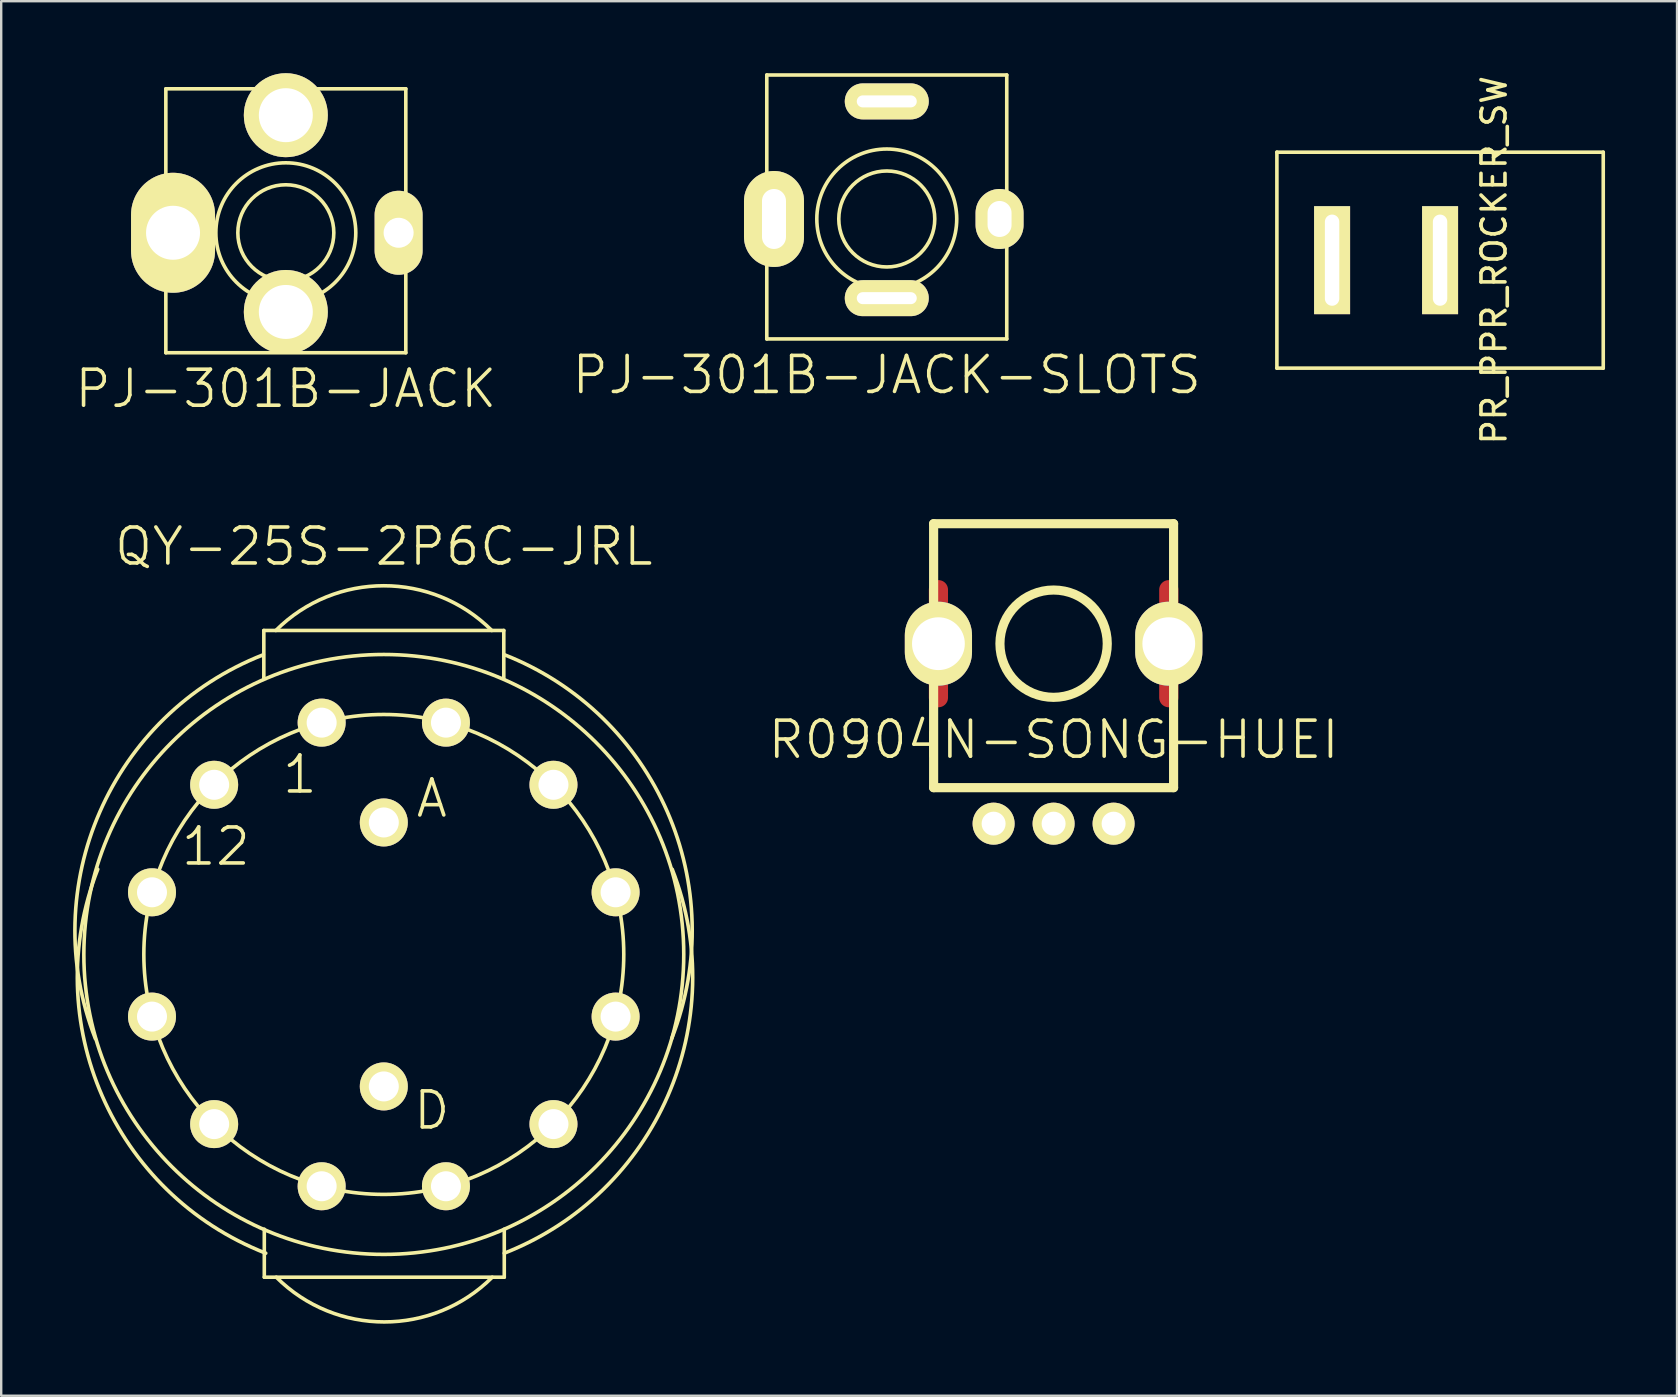
<source format=kicad_pcb>
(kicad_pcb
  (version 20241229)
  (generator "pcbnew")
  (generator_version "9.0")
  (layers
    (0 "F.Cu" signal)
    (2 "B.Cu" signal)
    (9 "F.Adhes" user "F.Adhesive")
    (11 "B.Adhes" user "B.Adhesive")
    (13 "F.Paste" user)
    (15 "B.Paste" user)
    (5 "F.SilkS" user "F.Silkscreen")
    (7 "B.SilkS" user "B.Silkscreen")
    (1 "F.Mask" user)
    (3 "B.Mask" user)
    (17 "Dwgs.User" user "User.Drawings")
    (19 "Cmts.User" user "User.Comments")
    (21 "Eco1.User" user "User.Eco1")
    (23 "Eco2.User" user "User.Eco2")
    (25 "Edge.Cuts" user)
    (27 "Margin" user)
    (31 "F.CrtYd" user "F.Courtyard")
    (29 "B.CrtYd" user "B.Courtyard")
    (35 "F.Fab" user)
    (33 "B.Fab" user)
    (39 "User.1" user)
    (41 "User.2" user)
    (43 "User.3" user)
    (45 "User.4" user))
  (footprint "PR_PPR_ROCKER_SW"
    (layer "F.Cu")
    (at 56.961 7.792)
    (property "Reference" "PR_PPR_ROCKER_SW" (at 2.25 0 90) (layer "F.SilkS") (effects (font (size 1 1) (thickness 0.15))))
    (attr through_hole)
    (fp_line (start -6.8 -4.5) (end -6.8 4.5) (stroke (width 0.15) (type solid)) (layer "F.SilkS"))
    (fp_line (start -6.8 -4.5) (end 6.8 -4.5) (stroke (width 0.15) (type solid)) (layer "F.SilkS"))
    (fp_line (start -6.8 4.5) (end 6.8 4.5) (stroke (width 0.15) (type solid)) (layer "F.SilkS"))
    (fp_line (start 6.8 -4.5) (end 6.8 4.5) (stroke (width 0.15) (type solid)) (layer "F.SilkS"))
    (pad "1" thru_hole rect (at -4.5 0) (size 1.5 4.5) (drill oval 0.6 3.8) (layers "*.Cu" "*.Mask" "F.SilkS"))
    (pad "2" thru_hole rect (at 0 0) (size 1.5 4.5) (drill oval 0.6 3.8) (layers "*.Cu" "*.Mask" "F.SilkS")))
  (footprint "PJ-301B-JACK"
    (layer "F.Cu")
    (at 8.861 6.65)
    (property "Reference" "PJ-301B-JACK" (at 0 6.5 0) (layer "F.SilkS") (effects (font (size 1.5 1.5) (thickness 0.15))))
    (attr through_hole)
    (fp_line (start -5 -6) (end 5 -6) (stroke (width 0.15) (type solid)) (layer "F.SilkS"))
    (fp_line (start -5 5) (end -5 -6) (stroke (width 0.15) (type solid)) (layer "F.SilkS"))
    (fp_line (start 5 -6) (end 5 5) (stroke (width 0.15) (type solid)) (layer "F.SilkS"))
    (fp_line (start 5 5) (end -5 5) (stroke (width 0.15) (type solid)) (layer "F.SilkS"))
    (fp_circle (center 0 0) (end 2 0) (stroke (width 0.15) (type solid)) (fill no) (layer "F.SilkS"))
    (fp_circle (center 0 0) (end 2.5 1.5) (stroke (width 0.15) (type solid)) (fill no) (layer "F.SilkS"))
    (pad "1" thru_hole oval (at -4.7 0) (size 3.5 5) (drill 2.25) (layers "*.Cu" "*.Mask" "F.SilkS"))
    (pad "1" thru_hole oval (at 4.7 0) (size 2 3.5) (drill 1.25) (layers "*.Cu" "*.Mask" "F.SilkS"))
    (pad "2" thru_hole oval (at 0 3.3) (size 3.5 3.5) (drill 2.25) (layers "*.Cu" "*.Mask" "F.SilkS"))
    (pad "3" thru_hole oval (at 0 -4.9) (size 3.5 3.5) (drill 2.25) (layers "*.Cu" "*.Mask" "F.SilkS")))
  (footprint "PJ-301B-JACK-SLOTS"
    (layer "F.Cu")
    (at 33.904 6.075)
    (property "Reference" "PJ-301B-JACK-SLOTS" (at 0 6.5 0) (layer "F.SilkS") (effects (font (size 1.5 1.5) (thickness 0.15))))
    (attr through_hole)
    (fp_line (start -5 -6) (end 5 -6) (stroke (width 0.15) (type solid)) (layer "F.SilkS"))
    (fp_line (start -5 5) (end -5 -6) (stroke (width 0.15) (type solid)) (layer "F.SilkS"))
    (fp_line (start 5 -6) (end 5 5) (stroke (width 0.15) (type solid)) (layer "F.SilkS"))
    (fp_line (start 5 5) (end -5 5) (stroke (width 0.15) (type solid)) (layer "F.SilkS"))
    (fp_circle (center 0 0) (end 2 0) (stroke (width 0.15) (type solid)) (fill no) (layer "F.SilkS"))
    (fp_circle (center 0 0) (end 2.5 1.5) (stroke (width 0.15) (type solid)) (fill no) (layer "F.SilkS"))
    (pad "1" thru_hole oval (at -4.7 0) (size 2.5 4) (drill oval 1 2.5) (layers "*.Cu" "*.Mask" "F.SilkS"))
    (pad "1" thru_hole oval (at 4.7 0) (size 2 2.5) (drill oval 1 1.5) (layers "*.Cu" "*.Mask" "F.SilkS"))
    (pad "2" thru_hole oval (at 0 3.3) (size 3.5 1.5) (drill oval 2.5 0.5) (layers "*.Cu" "*.Mask" "F.SilkS"))
    (pad "3" thru_hole oval (at 0 -4.9) (size 3.5 1.5) (drill oval 2.5 0.5) (layers "*.Cu" "*.Mask" "F.SilkS")))
  (footprint "R0904N-SONG-HUEI"
    (layer "F.Cu")
    (at 40.856 23.774)
    (property "Reference" "R0904N-SONG-HUEI" (at 0 4 0) (layer "F.SilkS") (effects (font (size 1.5 1.5) (thickness 0.15))))
    (attr through_hole)
    (fp_line (start -5 -5) (end 5 -5) (stroke (width 0.381) (type solid)) (layer "F.SilkS"))
    (fp_line (start -5 0) (end -5 -5) (stroke (width 0.381) (type solid)) (layer "F.SilkS"))
    (fp_line (start -5 6) (end -5 0) (stroke (width 0.381) (type solid)) (layer "F.SilkS"))
    (fp_line (start 5 -5) (end 5 6) (stroke (width 0.381) (type solid)) (layer "F.SilkS"))
    (fp_line (start 5 6) (end -5 6) (stroke (width 0.381) (type solid)) (layer "F.SilkS"))
    (fp_circle (center 0 0) (end 1 2) (stroke (width 0.381) (type solid)) (fill no) (layer "F.SilkS"))
    (pad "" smd oval (at -4.8 -1.9) (size 0.8 1.5) (layers "F.Cu" "F.Mask"))
    (pad "" thru_hole oval (at -4.8 0) (size 2.8 3.5) (drill 2.2) (layers "*.Cu" "*.Mask" "F.SilkS"))
    (pad "" smd oval (at -4.8 1.9) (size 0.8 1.5) (layers "F.Cu" "F.Mask"))
    (pad "" smd oval (at 4.8 -1.9) (size 0.8 1.5) (layers "F.Cu" "F.Mask"))
    (pad "" thru_hole oval (at 4.8 0) (size 2.8 3.5) (drill 2.2) (layers "*.Cu" "*.Mask" "F.SilkS"))
    (pad "" smd oval (at 4.8 1.9) (size 0.8 1.5) (layers "F.Cu" "F.Mask"))
    (pad "1" thru_hole circle (at -2.5 7.5) (size 1.75 1.75) (drill 1) (layers "*.Cu" "*.Mask" "F.SilkS"))
    (pad "2" thru_hole circle (at 0 7.5) (size 1.75 1.75) (drill 1) (layers "*.Cu" "*.Mask" "F.SilkS"))
    (pad "3" thru_hole circle (at 2.5 7.5) (size 1.75 1.75) (drill 1) (layers "*.Cu" "*.Mask" "F.SilkS")))
  (footprint "QY-25S-2P6C-JRL"
    (layer "F.Cu")
    (at 12.944 36.724)
    (property "Reference" "QY-25S-2P6C-JRL" (at 0 -17 0) (layer "F.SilkS") (effects (font (size 1.5 1.5) (thickness 0.15))))
    (attr through_hole)
    (fp_line (start -5 -13.5) (end -5 -11.5) (stroke (width 0.15) (type solid)) (layer "F.SilkS"))
    (fp_line (start -5 -13.5) (end 5 -13.5) (stroke (width 0.15) (type solid)) (layer "F.SilkS"))
    (fp_line (start -4.98 13.45) (end -4.98 11.45) (stroke (width 0.15) (type solid)) (layer "F.SilkS"))
    (fp_line (start -4.98 13.45) (end 5.02 13.45) (stroke (width 0.15) (type solid)) (layer "F.SilkS"))
    (fp_line (start 5 -13.5) (end 5 -11.5) (stroke (width 0.15) (type solid)) (layer "F.SilkS"))
    (fp_line (start 5.02 13.45) (end 5.02 11.45) (stroke (width 0.15) (type solid)) (layer "F.SilkS"))
    (fp_arc (start -12.02 3.51) (mid -11.833708 -5.939747) (end -5.02 -12.49) (stroke (width 0.15) (type solid)) (layer "F.SilkS"))
    (fp_arc (start -4.92 12.45) (mid -11.733708 5.899747) (end -11.92 -3.55) (stroke (width 0.15) (type solid)) (layer "F.SilkS"))
    (fp_arc (start -4.5 -13.5) (mid 0 -15.363961) (end 4.5 -13.5) (stroke (width 0.15) (type solid)) (layer "F.SilkS"))
    (fp_arc (start 4.52 13.45) (mid 0.02 15.313961) (end -4.48 13.45) (stroke (width 0.15) (type solid)) (layer "F.SilkS"))
    (fp_arc (start 5 -12.5) (mid 11.813708 -5.949747) (end 12 3.5) (stroke (width 0.15) (type solid)) (layer "F.SilkS"))
    (fp_arc (start 12.02 -3.55) (mid 11.833708 5.899747) (end 5.02 12.45) (stroke (width 0.15) (type solid)) (layer "F.SilkS"))
    (fp_circle (center 0 0) (end 0 -10) (stroke (width 0.15) (type solid)) (fill no) (layer "F.SilkS"))
    (fp_circle (center 0 0) (end 12.5 0) (stroke (width 0.15) (type solid)) (fill no) (layer "F.SilkS"))
    (fp_text user "12" (at -7 -4.5 0) (layer "F.SilkS") (effects (font (size 1.5 1.5) (thickness 0.15))))
    (fp_text user "A" (at 2 -6.5 0) (layer "F.SilkS") (effects (font (size 1.5 1.5) (thickness 0.15))))
    (fp_text user "D" (at 2 6.5 0) (layer "F.SilkS") (effects (font (size 1.5 1.5) (thickness 0.15))))
    (fp_text user "1" (at -3.5 -7.5 0) (layer "F.SilkS") (effects (font (size 1.5 1.5) (thickness 0.15))))
    (pad "1" thru_hole circle (at -2.59 -9.66 180) (size 2 2) (drill 1.25) (layers "*.Cu" "*.Mask" "F.SilkS"))
    (pad "2" thru_hole circle (at 2.59 -9.66) (size 2 2) (drill 1.25) (layers "*.Cu" "*.Mask" "F.SilkS"))
    (pad "3" thru_hole circle (at 7.07 -7.07) (size 2 2) (drill 1.25) (layers "*.Cu" "*.Mask" "F.SilkS"))
    (pad "4" thru_hole circle (at 9.66 -2.59) (size 2 2) (drill 1.25) (layers "*.Cu" "*.Mask" "F.SilkS"))
    (pad "5" thru_hole circle (at 9.66 2.59) (size 2 2) (drill 1.25) (layers "*.Cu" "*.Mask" "F.SilkS"))
    (pad "6" thru_hole circle (at 7.07 7.07) (size 2 2) (drill 1.25) (layers "*.Cu" "*.Mask" "F.SilkS"))
    (pad "7" thru_hole circle (at 2.59 9.66) (size 2 2) (drill 1.25) (layers "*.Cu" "*.Mask" "F.SilkS"))
    (pad "8" thru_hole circle (at -2.59 9.66 180) (size 2 2) (drill 1.25) (layers "*.Cu" "*.Mask" "F.SilkS"))
    (pad "9" thru_hole circle (at -7.07 7.07 180) (size 2 2) (drill 1.25) (layers "*.Cu" "*.Mask" "F.SilkS"))
    (pad "10" thru_hole circle (at -9.66 2.59 180) (size 2 2) (drill 1.25) (layers "*.Cu" "*.Mask" "F.SilkS"))
    (pad "11" thru_hole circle (at -9.66 -2.59 180) (size 2 2) (drill 1.25) (layers "*.Cu" "*.Mask" "F.SilkS"))
    (pad "12" thru_hole circle (at -7.07 -7.07 180) (size 2 2) (drill 1.25) (layers "*.Cu" "*.Mask" "F.SilkS"))
    (pad "A" thru_hole circle (at 0 -5.5) (size 2 2) (drill 1.25) (layers "*.Cu" "*.Mask" "F.SilkS"))
    (pad "D" thru_hole circle (at 0 5.5) (size 2 2) (drill 1.25) (layers "*.Cu" "*.Mask" "F.SilkS")))
  (gr_rect
    (start -3 -3)
    (end 66.836 55.113)
    (stroke (width 0.1) (type default))
    (fill no)
    (layer "Edge.Cuts")))
</source>
